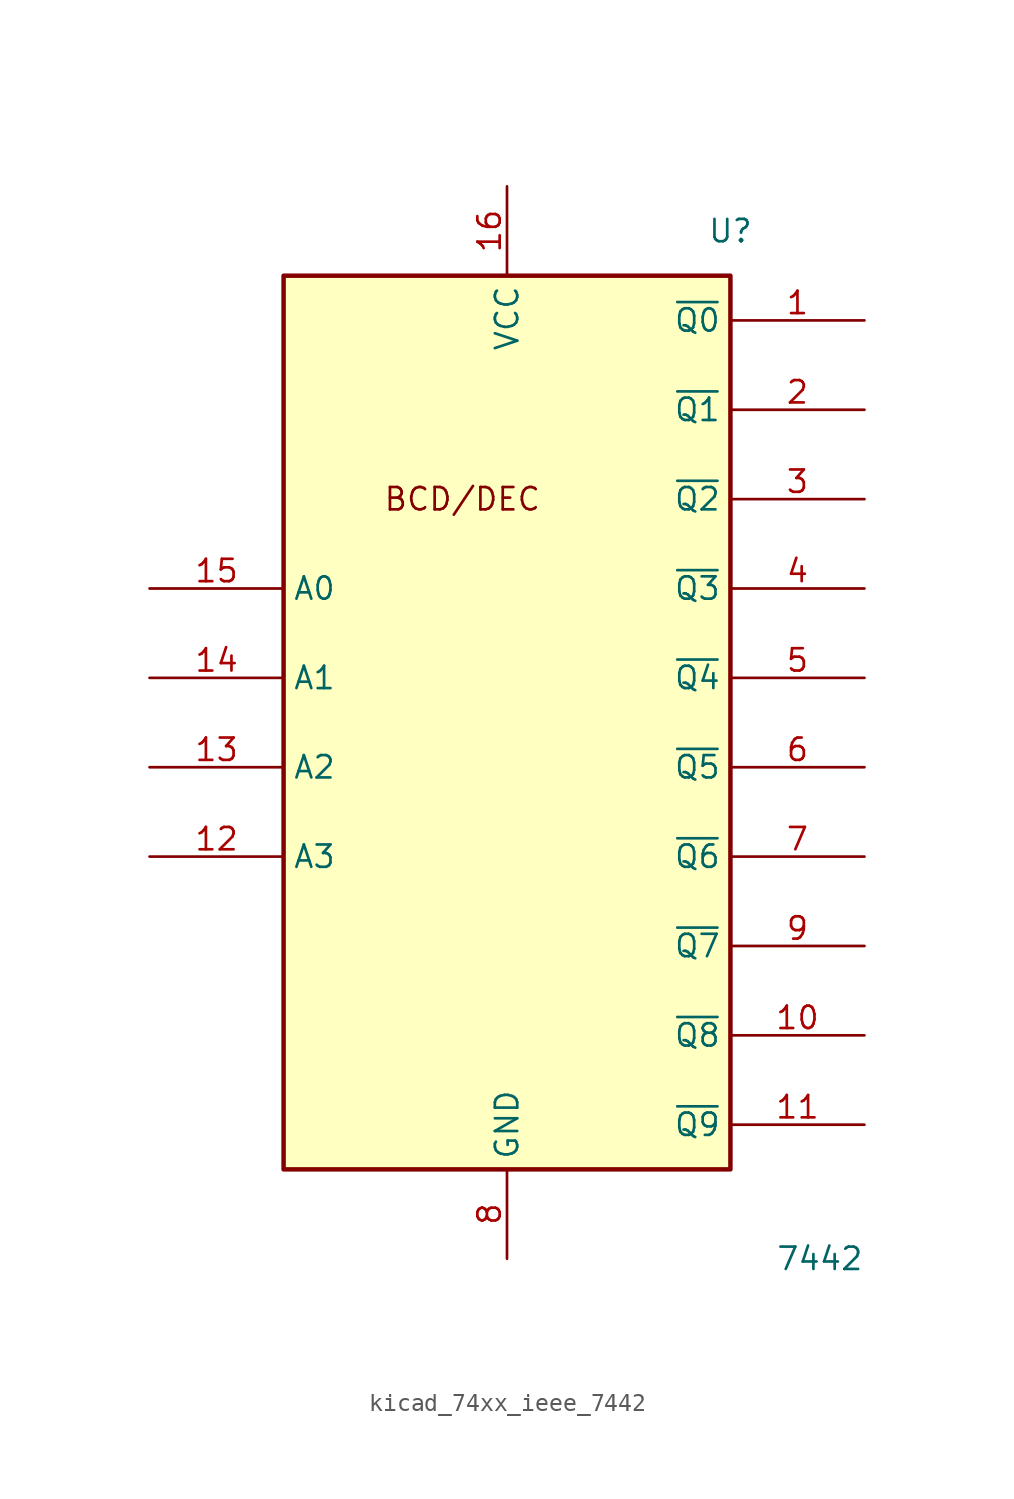
<source format=kicad_sym>
(kicad_symbol_lib
  (version 20220914)
  (generator kicad_symbol_editor)
  (symbol "kicad_74xx_ieee_7442"
    (property "Reference" "U"
      (at 12.7 27.94 0)
      (effects (font (size 1.27 1.27))))
    (property "Value" "7442"
      (at 17.78 -30.48 0)
      (effects (font (size 1.27 1.27))))
    (symbol "kicad_74xx_ieee_7442_0_0"
      (rectangle (start -12.7 25.4) (end 12.7 -25.4) (stroke (width 0.254) (type default)) (fill (type background)))
      (text "BCD/DEC" (at -2.54 12.7 0) (effects (font (size 1.27 1.27))))
      (pin power_in line (at 0 30.48 270) (length 5.08) (name "VCC" (effects (font (size 1.27 1.27)))) (number "16" (effects (font (size 1.27 1.27)))))
      (pin power_in line (at 0 -30.48 90) (length 5.08) (name "GND" (effects (font (size 1.27 1.27)))) (number "8" (effects (font (size 1.27 1.27))))))
    (symbol "kicad_74xx_ieee_7442_1_1"
      (pin output line (at 20.32 22.86 180) (length 7.62) (name "~{Q0}" (effects (font (size 1.27 1.27)))) (number "1" (effects (font (size 1.27 1.27)))))
      (pin output line (at 20.32 -17.78 180) (length 7.62) (name "~{Q8}" (effects (font (size 1.27 1.27)))) (number "10" (effects (font (size 1.27 1.27)))))
      (pin output line (at 20.32 -22.86 180) (length 7.62) (name "~{Q9}" (effects (font (size 1.27 1.27)))) (number "11" (effects (font (size 1.27 1.27)))))
      (pin input line (at -20.32 -7.62 0) (length 7.62) (name "A3" (effects (font (size 1.27 1.27)))) (number "12" (effects (font (size 1.27 1.27)))))
      (pin input line (at -20.32 -2.54 0) (length 7.62) (name "A2" (effects (font (size 1.27 1.27)))) (number "13" (effects (font (size 1.27 1.27)))))
      (pin input line (at -20.32 2.54 0) (length 7.62) (name "A1" (effects (font (size 1.27 1.27)))) (number "14" (effects (font (size 1.27 1.27)))))
      (pin input line (at -20.32 7.62 0) (length 7.62) (name "A0" (effects (font (size 1.27 1.27)))) (number "15" (effects (font (size 1.27 1.27)))))
      (pin output line (at 20.32 17.78 180) (length 7.62) (name "~{Q1}" (effects (font (size 1.27 1.27)))) (number "2" (effects (font (size 1.27 1.27)))))
      (pin output line (at 20.32 12.7 180) (length 7.62) (name "~{Q2}" (effects (font (size 1.27 1.27)))) (number "3" (effects (font (size 1.27 1.27)))))
      (pin output line (at 20.32 7.62 180) (length 7.62) (name "~{Q3}" (effects (font (size 1.27 1.27)))) (number "4" (effects (font (size 1.27 1.27)))))
      (pin output line (at 20.32 2.54 180) (length 7.62) (name "~{Q4}" (effects (font (size 1.27 1.27)))) (number "5" (effects (font (size 1.27 1.27)))))
      (pin output line (at 20.32 -2.54 180) (length 7.62) (name "~{Q5}" (effects (font (size 1.27 1.27)))) (number "6" (effects (font (size 1.27 1.27)))))
      (pin output line (at 20.32 -7.62 180) (length 7.62) (name "~{Q6}" (effects (font (size 1.27 1.27)))) (number "7" (effects (font (size 1.27 1.27)))))
      (pin output line (at 20.32 -12.7 180) (length 7.62) (name "~{Q7}" (effects (font (size 1.27 1.27)))) (number "9" (effects (font (size 1.27 1.27))))))))
</source>
